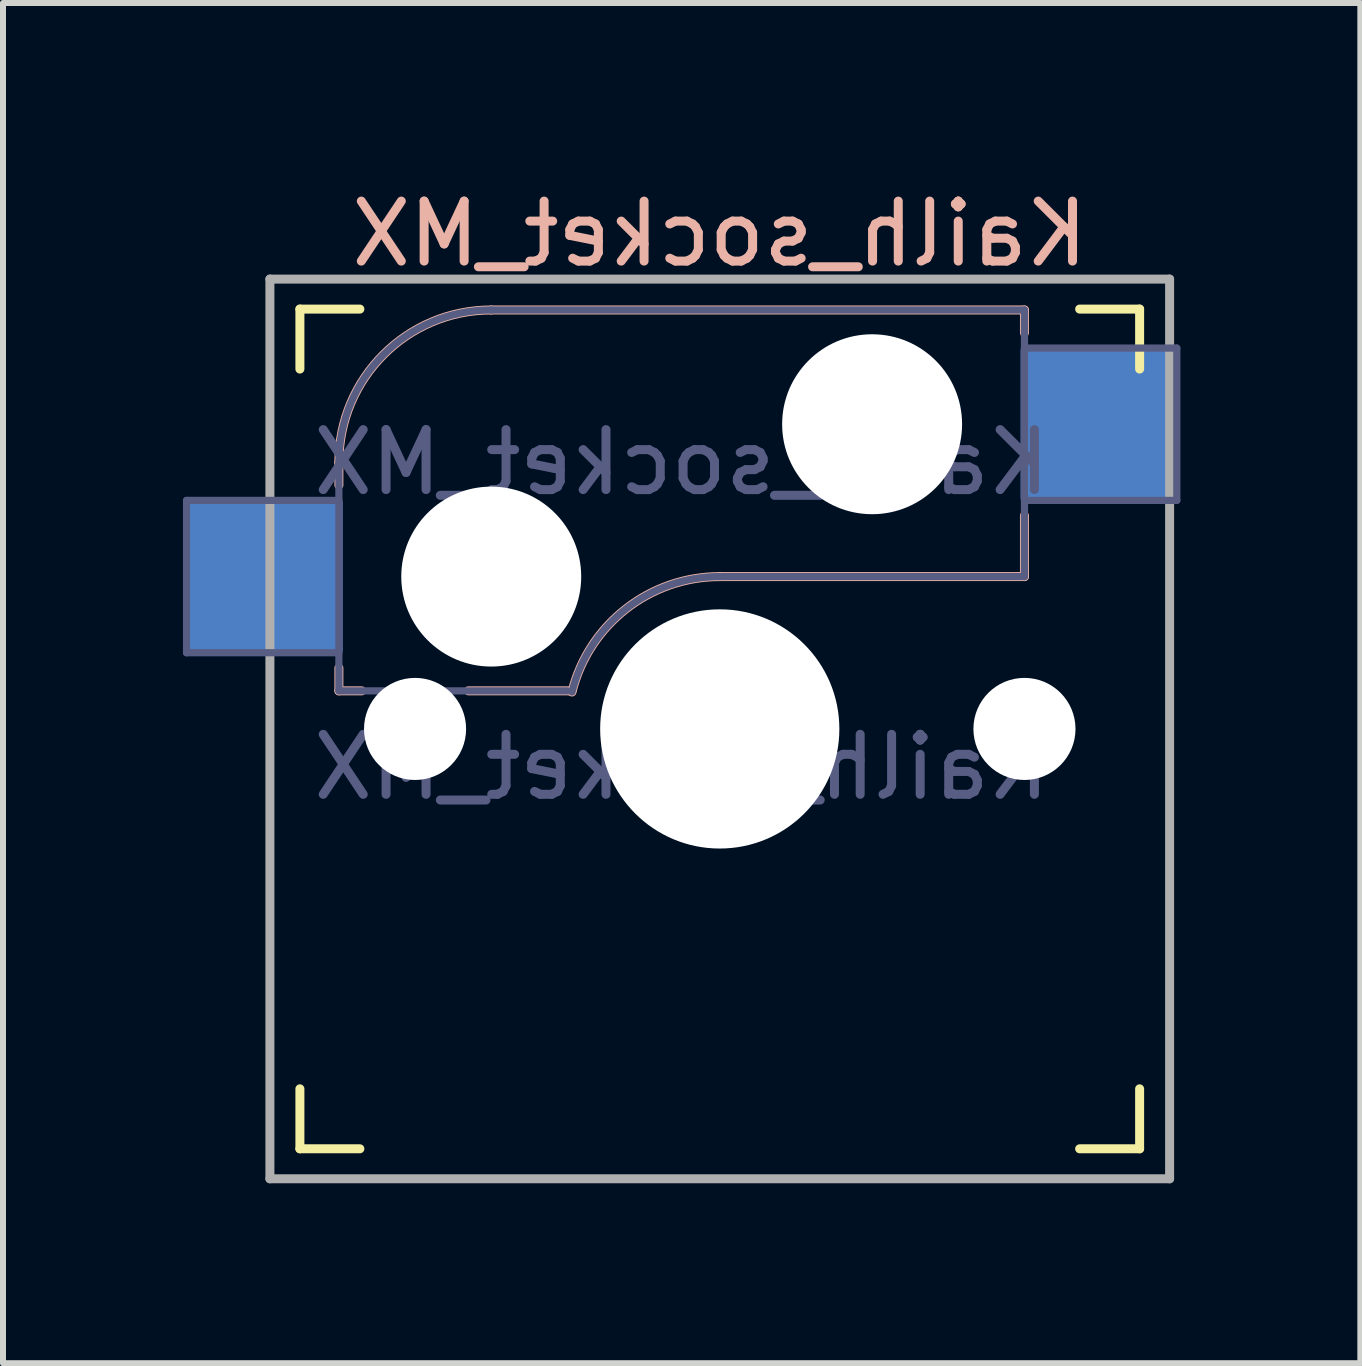
<source format=kicad_pcb>
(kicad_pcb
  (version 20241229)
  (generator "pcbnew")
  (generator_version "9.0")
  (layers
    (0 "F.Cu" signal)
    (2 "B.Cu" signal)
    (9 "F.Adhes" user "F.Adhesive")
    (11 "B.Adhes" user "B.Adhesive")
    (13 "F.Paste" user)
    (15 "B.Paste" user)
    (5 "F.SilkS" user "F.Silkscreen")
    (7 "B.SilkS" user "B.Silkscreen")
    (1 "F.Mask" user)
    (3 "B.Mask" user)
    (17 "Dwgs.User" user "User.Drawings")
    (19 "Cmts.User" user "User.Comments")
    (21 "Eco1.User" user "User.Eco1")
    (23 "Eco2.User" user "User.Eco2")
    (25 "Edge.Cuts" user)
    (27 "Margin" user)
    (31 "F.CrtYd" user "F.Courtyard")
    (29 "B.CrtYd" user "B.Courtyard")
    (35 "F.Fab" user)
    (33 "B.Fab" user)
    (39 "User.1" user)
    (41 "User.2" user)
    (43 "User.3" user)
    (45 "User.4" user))
  (footprint "Kailh_socket_MX"
    (layer "F.Cu")
    (at 8.95 9.103)
    (property "Reference" "Kailh_socket_MX" (at 0 -8.255 0) (layer "B.SilkS") (effects (font (size 1 1) (thickness 0.15)) (justify mirror)))
    (property "Value" "Kailh_socket_MX" (at 0 8.255 0) (layer "F.Fab") (hide yes) (effects (font (size 1 1) (thickness 0.15))))
    (attr smd)
    (fp_line (start -7 -6) (end -7 -7) (stroke (width 0.15) (type solid)) (layer "F.SilkS"))
    (fp_line (start -7 7) (end -7 6) (stroke (width 0.15) (type solid)) (layer "F.SilkS"))
    (fp_line (start -7 7) (end -6 7) (stroke (width 0.15) (type solid)) (layer "F.SilkS"))
    (fp_line (start -6 -7) (end -7 -7) (stroke (width 0.15) (type solid)) (layer "F.SilkS"))
    (fp_line (start 6 7) (end 7 7) (stroke (width 0.15) (type solid)) (layer "F.SilkS"))
    (fp_line (start 7 -7) (end 6 -7) (stroke (width 0.15) (type solid)) (layer "F.SilkS"))
    (fp_line (start 7 -7) (end 7 -6) (stroke (width 0.15) (type solid)) (layer "F.SilkS"))
    (fp_line (start 7 6) (end 7 7) (stroke (width 0.15) (type solid)) (layer "F.SilkS"))
    (fp_line (start -6.35 -4.445) (end -6.35 -4.064) (stroke (width 0.15) (type solid)) (layer "B.SilkS"))
    (fp_line (start -6.35 -1.016) (end -6.35 -0.635) (stroke (width 0.15) (type solid)) (layer "B.SilkS"))
    (fp_line (start -5.969 -0.635) (end -6.35 -0.635) (stroke (width 0.15) (type solid)) (layer "B.SilkS"))
    (fp_line (start -3.81 -6.985) (end 5.08 -6.985) (stroke (width 0.15) (type solid)) (layer "B.SilkS"))
    (fp_line (start -2.464 -0.635) (end -4.191 -0.635) (stroke (width 0.15) (type solid)) (layer "B.SilkS"))
    (fp_line (start 5.08 -6.985) (end 5.08 -6.604) (stroke (width 0.15) (type solid)) (layer "B.SilkS"))
    (fp_line (start 5.08 -3.556) (end 5.08 -2.54) (stroke (width 0.15) (type solid)) (layer "B.SilkS"))
    (fp_line (start 5.08 -2.54) (end 0 -2.54) (stroke (width 0.15) (type solid)) (layer "B.SilkS"))
    (fp_arc (start -6.35 -4.445) (mid -5.606051 -6.241051) (end -3.81 -6.985) (stroke (width 0.15) (type solid)) (layer "B.SilkS"))
    (fp_arc (start -2.464162 -0.61604) (mid -1.563147 -2.002042) (end 0 -2.54) (stroke (width 0.15) (type solid)) (layer "B.SilkS"))
    (fp_line (start -6.9 6.9) (end -6.9 -6.9) (stroke (width 0.15) (type solid)) (layer "Eco2.User"))
    (fp_line (start -6.9 6.9) (end 6.9 6.9) (stroke (width 0.15) (type solid)) (layer "Eco2.User"))
    (fp_line (start 6.9 -6.9) (end -6.9 -6.9) (stroke (width 0.15) (type solid)) (layer "Eco2.User"))
    (fp_line (start 6.9 -6.9) (end 6.9 6.9) (stroke (width 0.15) (type solid)) (layer "Eco2.User"))
    (fp_line (start -8.89 -3.81) (end -6.35 -3.81) (stroke (width 0.12) (type solid)) (layer "B.Fab"))
    (fp_line (start -8.89 -1.27) (end -8.89 -3.81) (stroke (width 0.12) (type solid)) (layer "B.Fab"))
    (fp_line (start -6.35 -1.27) (end -8.89 -1.27) (stroke (width 0.12) (type solid)) (layer "B.Fab"))
    (fp_line (start -6.35 -0.635) (end -6.35 -4.445) (stroke (width 0.12) (type solid)) (layer "B.Fab"))
    (fp_line (start -6.35 -0.635) (end -2.54 -0.635) (stroke (width 0.12) (type solid)) (layer "B.Fab"))
    (fp_line (start -3.81 -6.985) (end 5.08 -6.985) (stroke (width 0.12) (type solid)) (layer "B.Fab"))
    (fp_line (start 5.08 -6.985) (end 5.08 -2.54) (stroke (width 0.12) (type solid)) (layer "B.Fab"))
    (fp_line (start 5.08 -6.35) (end 7.62 -6.35) (stroke (width 0.12) (type solid)) (layer "B.Fab"))
    (fp_line (start 5.08 -2.54) (end 0 -2.54) (stroke (width 0.12) (type solid)) (layer "B.Fab"))
    (fp_line (start 7.62 -6.35) (end 7.62 -3.81) (stroke (width 0.12) (type solid)) (layer "B.Fab"))
    (fp_line (start 7.62 -3.81) (end 5.08 -3.81) (stroke (width 0.12) (type solid)) (layer "B.Fab"))
    (fp_arc (start -6.35 -4.445) (mid -5.606051 -6.241051) (end -3.81 -6.985) (stroke (width 0.12) (type solid)) (layer "B.Fab"))
    (fp_arc (start -2.464162 -0.61604) (mid -1.563147 -2.002042) (end 0 -2.54) (stroke (width 0.12) (type solid)) (layer "B.Fab"))
    (fp_line (start -7.5 -7.5) (end 7.5 -7.5) (stroke (width 0.15) (type solid)) (layer "F.Fab"))
    (fp_line (start -7.5 7.5) (end -7.5 -7.5) (stroke (width 0.15) (type solid)) (layer "F.Fab"))
    (fp_line (start 7.5 -7.5) (end 7.5 7.5) (stroke (width 0.15) (type solid)) (layer "F.Fab"))
    (fp_line (start 7.5 7.5) (end -7.5 7.5) (stroke (width 0.15) (type solid)) (layer "F.Fab"))
    (fp_text user "${VALUE}" (at -0.635 0.635 0) (layer "B.Fab") (effects (font (size 1 1) (thickness 0.15)) (justify mirror)))
    (fp_text user "${REFERENCE}" (at -0.635 -4.445 0) (layer "B.Fab") (effects (font (size 1 1) (thickness 0.15)) (justify mirror)))
    (pad "" np_thru_hole circle (at -5.08 0) (size 1.702 1.702) (drill 1.702) (layers "*.Cu" "*.Mask"))
    (pad "" np_thru_hole circle (at -3.81 -2.54) (size 3 3) (drill 3) (layers "*.Cu" "*.Mask"))
    (pad "" np_thru_hole circle (at 0 0) (size 3.988 3.988) (drill 3.988) (layers "*.Cu" "*.Mask"))
    (pad "" np_thru_hole circle (at 2.54 -5.08) (size 3 3) (drill 3) (layers "*.Cu" "*.Mask"))
    (pad "" np_thru_hole circle (at 5.08 0) (size 1.702 1.702) (drill 1.702) (layers "*.Cu" "*.Mask"))
    (pad "1" smd rect (at 6.29 -5.08) (size 2.55 2.5) (layers "B.Cu" "B.Mask" "B.Paste"))
    (pad "2" smd rect (at -7.56 -2.54) (size 2.55 2.5) (layers "B.Cu" "B.Mask" "B.Paste")))
  (gr_rect
    (start -3 -3)
    (end 19.63 19.678)
    (stroke (width 0.1) (type default))
    (fill no)
    (layer "Edge.Cuts")))
</source>
